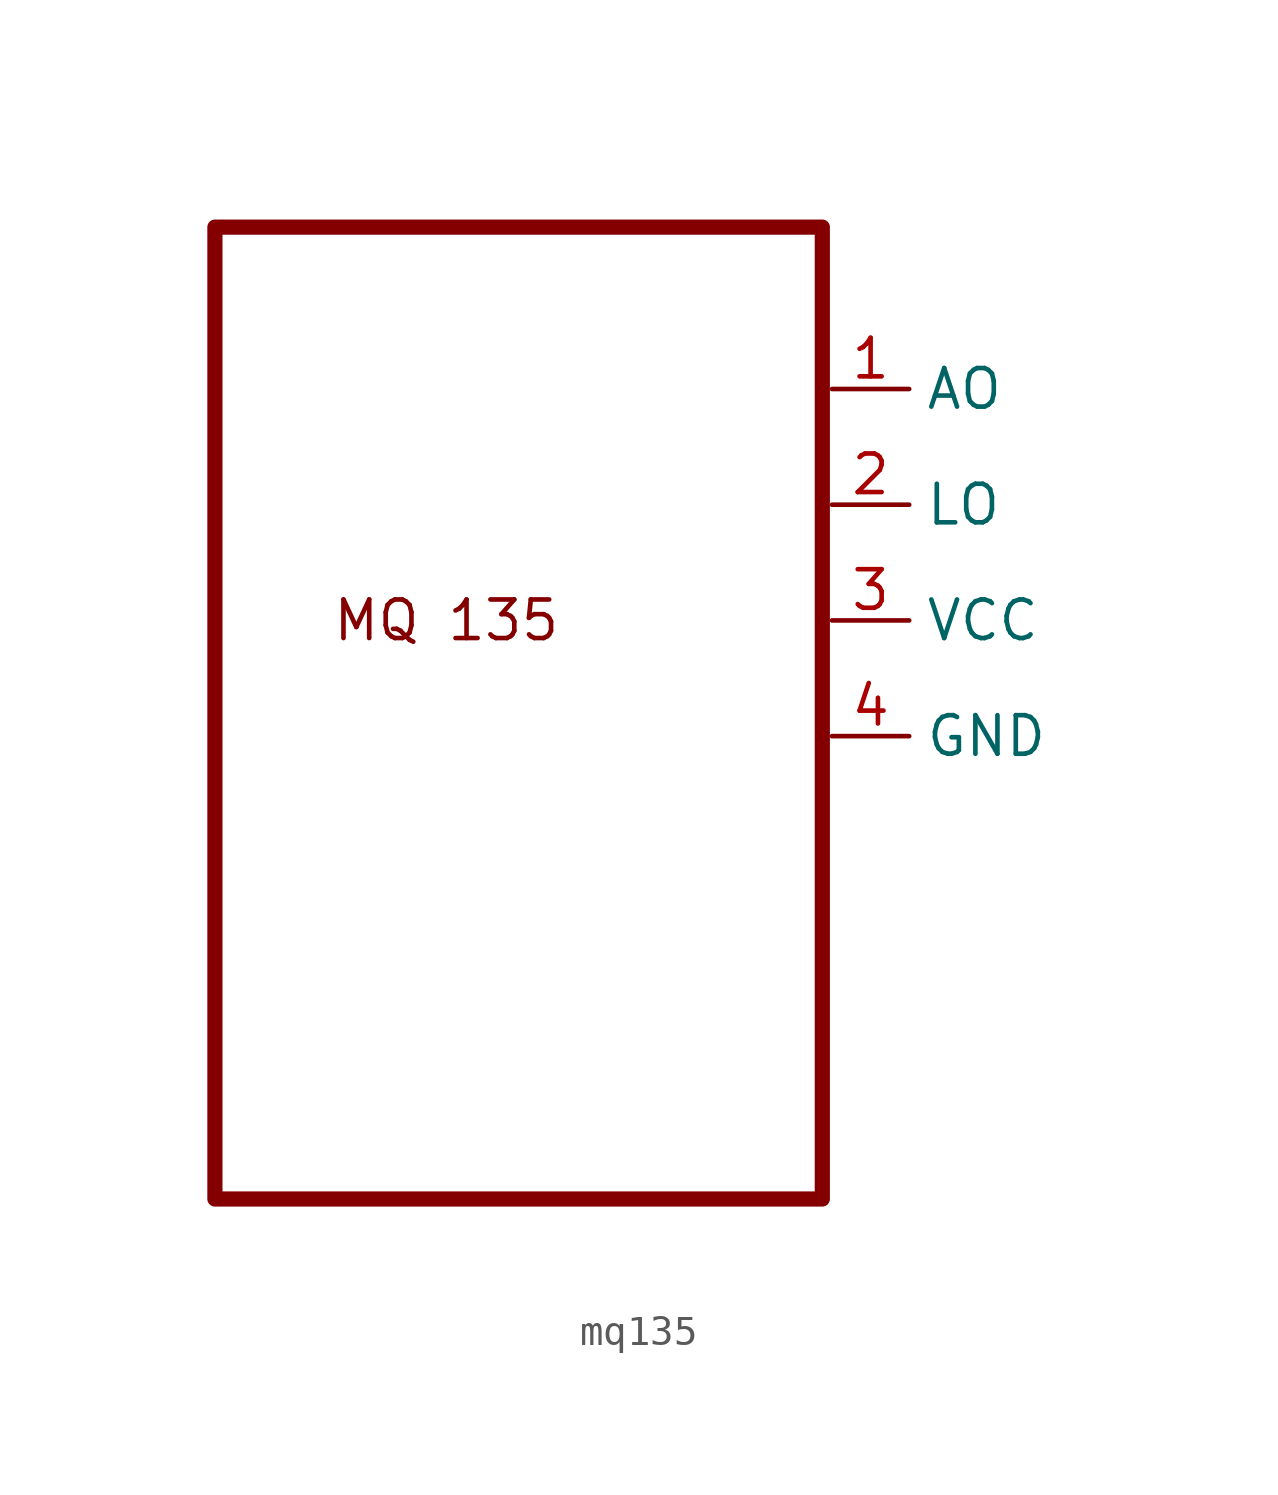
<source format=kicad_sym>
(kicad_symbol_lib
  (version 20231120)
  (generator "kicad_symbol_editor")
  (generator_version "8.0")
  (symbol "mq135"
    (property "Reference" "U7"
      (at 10.16 34.29 0)
      (effects (font (size 1.27 1.27)) (hide yes)))
    (property "Value" ""
      (at 27.94 17.78 0)
      (effects (font (size 1.27 1.27))))
    (property "Footprint" ""
      (at 27.94 17.78 0)
      (effects (font (size 1.27 1.27))))
    (symbol "mq135_0_1"
      (rectangle (start 0 32) (end 20 0) (stroke (width 0.5) (type default)) (fill (type none))))
    (symbol "mq135_1_1"
      (text "MQ 135\n" (at 7.62 19.05 0) (effects (font (size 1.27 1.27))))
      (pin input line (at 20.32 26.67 0) (length 2.54) (name "AO" (effects (font (size 1.27 1.27)))) (number "1" (effects (font (size 1.27 1.27)))))
      (pin input line (at 20.32 22.86 0) (length 2.54) (name "LO" (effects (font (size 1.27 1.27)))) (number "2" (effects (font (size 1.27 1.27)))))
      (pin input line (at 20.32 19.05 0) (length 2.54) (name "VCC" (effects (font (size 1.27 1.27)))) (number "3" (effects (font (size 1.27 1.27)))))
      (pin input line (at 20.32 15.24 0) (length 2.54) (name "GND" (effects (font (size 1.27 1.27)))) (number "4" (effects (font (size 1.27 1.27))))))))
</source>
